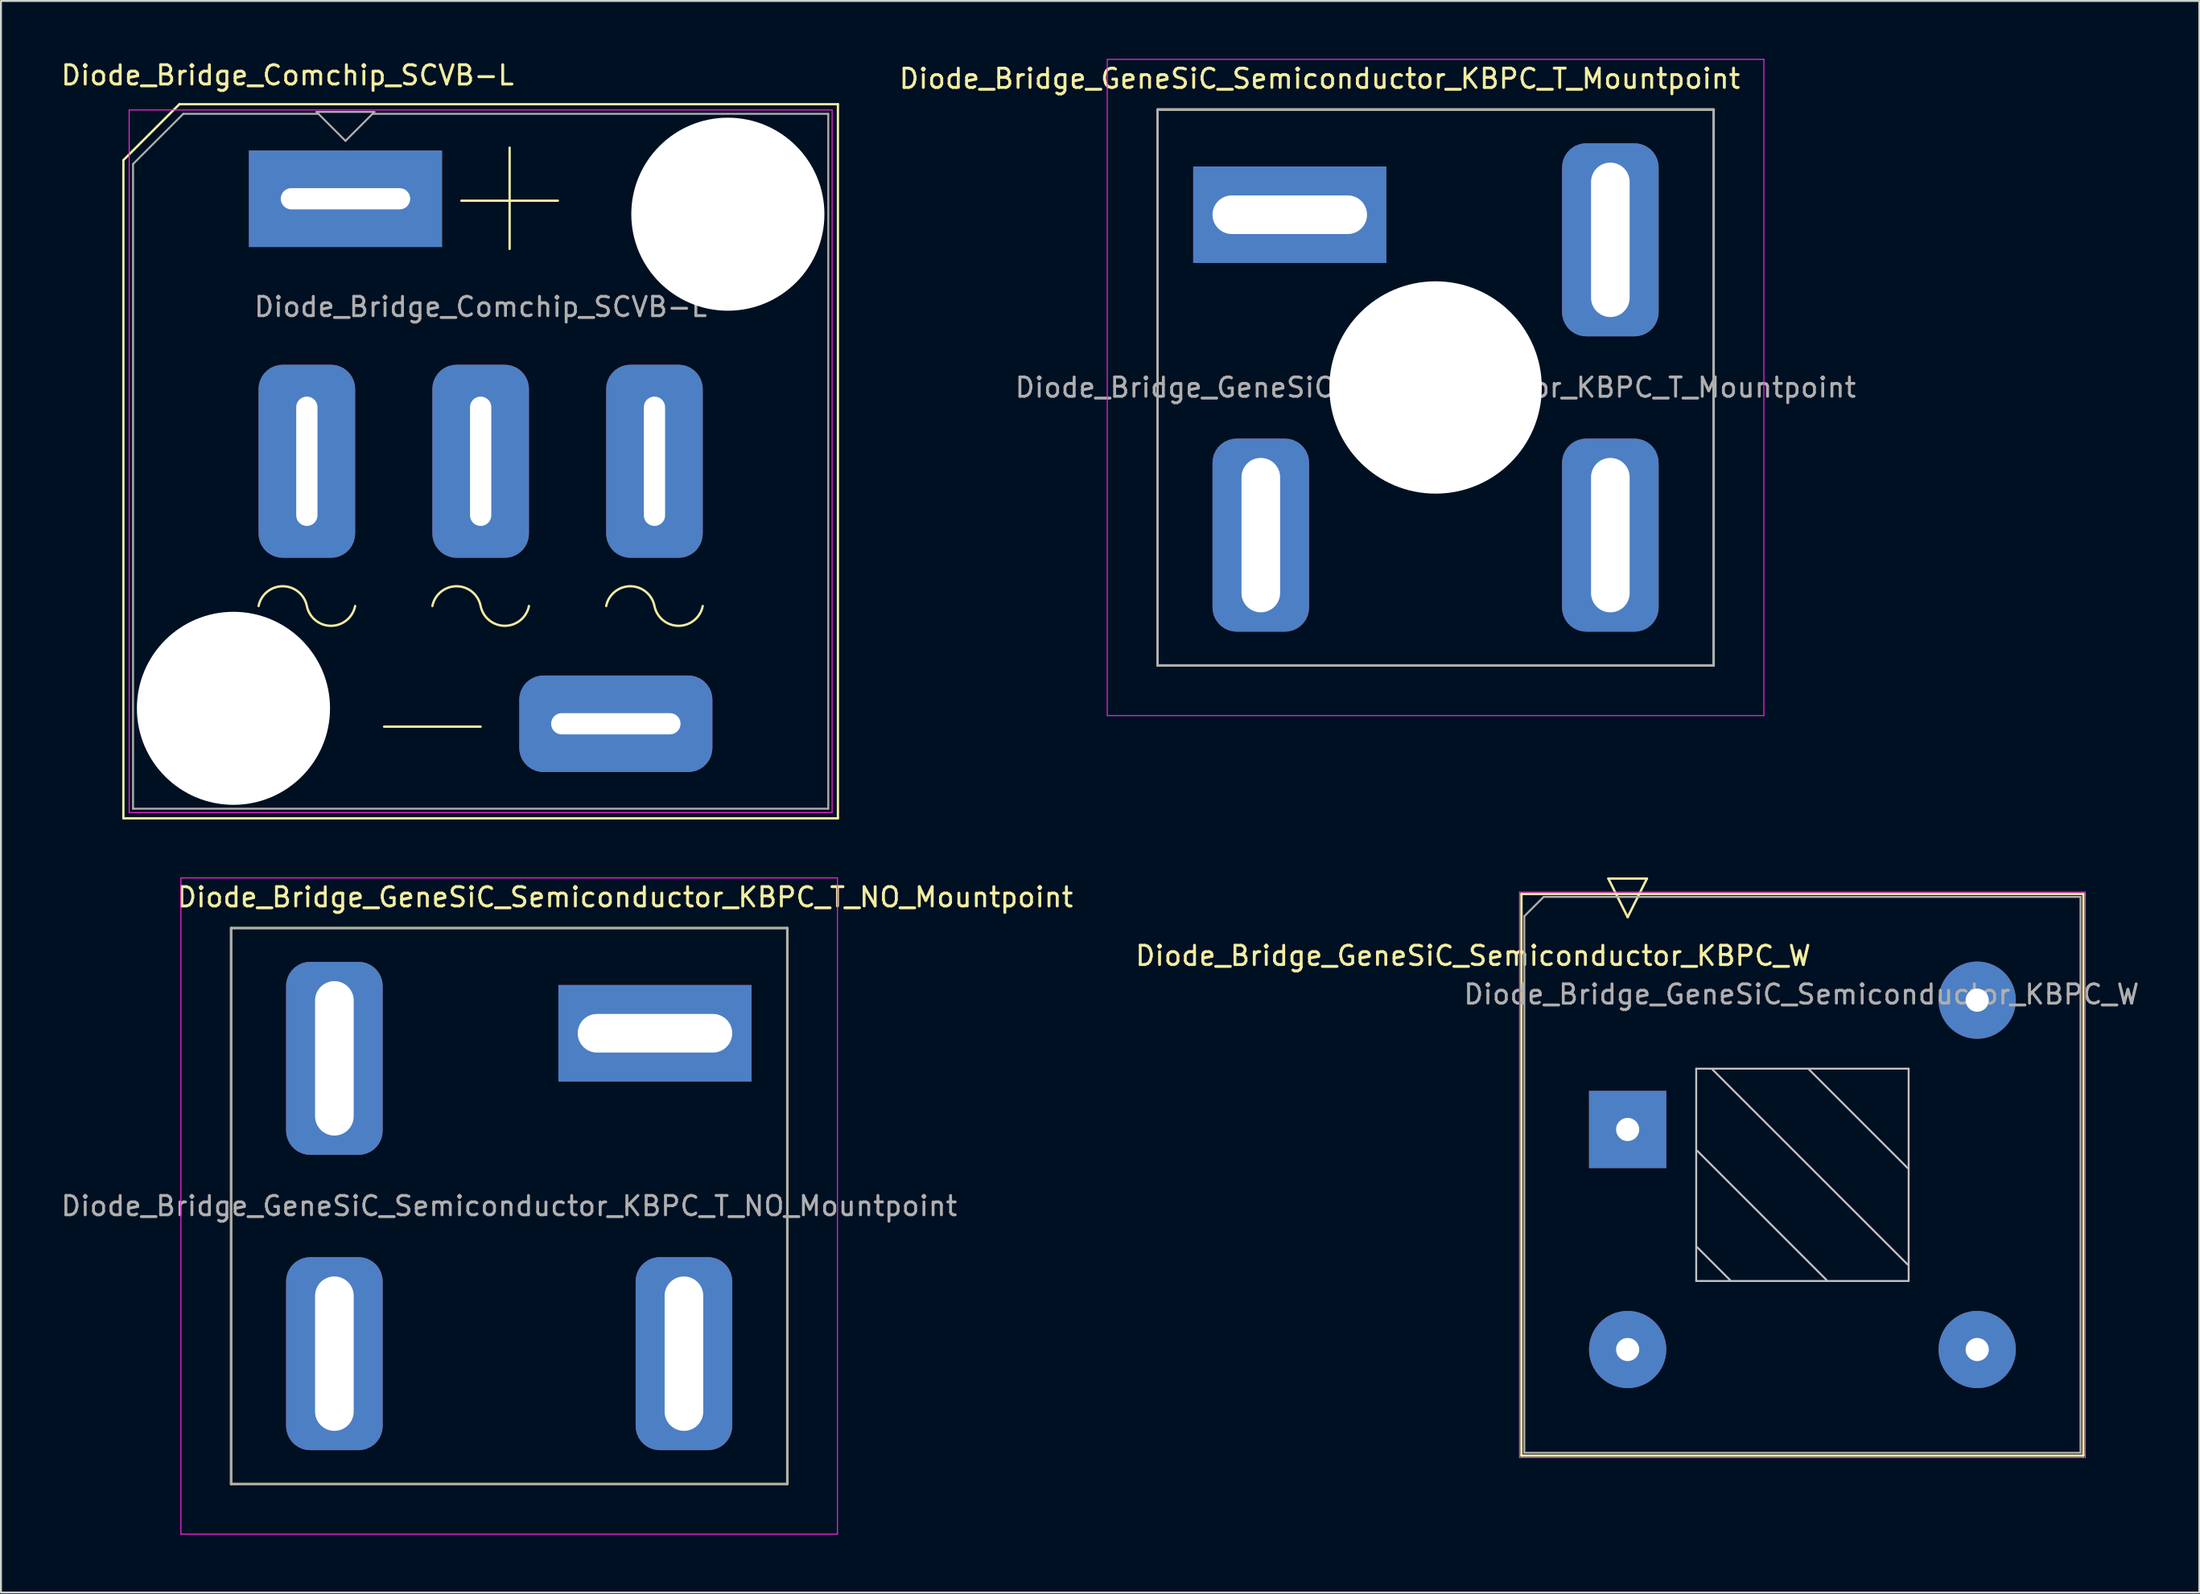
<source format=kicad_pcb>
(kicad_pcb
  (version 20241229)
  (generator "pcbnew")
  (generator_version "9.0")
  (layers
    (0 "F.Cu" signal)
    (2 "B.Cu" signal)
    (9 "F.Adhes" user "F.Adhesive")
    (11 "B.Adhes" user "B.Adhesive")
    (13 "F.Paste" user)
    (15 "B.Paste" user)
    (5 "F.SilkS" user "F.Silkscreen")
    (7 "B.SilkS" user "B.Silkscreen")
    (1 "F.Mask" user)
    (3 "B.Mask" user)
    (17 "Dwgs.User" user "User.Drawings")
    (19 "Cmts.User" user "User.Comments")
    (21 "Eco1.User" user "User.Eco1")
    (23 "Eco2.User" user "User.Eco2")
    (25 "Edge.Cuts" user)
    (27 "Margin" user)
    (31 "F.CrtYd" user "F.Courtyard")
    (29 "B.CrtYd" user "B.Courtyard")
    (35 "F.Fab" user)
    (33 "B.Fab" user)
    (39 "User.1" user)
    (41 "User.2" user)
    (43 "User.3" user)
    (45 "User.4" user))
  (footprint "Diode_Bridge_GeneSiC_Semiconductor_KBPC_T_Mountpoint"
    (layer "F.Cu")
    (at 71.286 17.025)
    (property "Reference" "Diode_Bridge_GeneSiC_Semiconductor_KBPC_T_Mountpoint" (at -6 -16 0) (layer "F.SilkS") (effects (font (size 1 1) (thickness 0.15))))
    (attr through_hole)
    (fp_line (start -14.4 -14.4) (end -14.4 14.4) (stroke (width 0.12) (type solid)) (layer "F.SilkS"))
    (fp_line (start -14.4 14.4) (end 14.4 14.4) (stroke (width 0.12) (type solid)) (layer "F.SilkS"))
    (fp_line (start 14.4 -14.4) (end -14.4 -14.4) (stroke (width 0.12) (type solid)) (layer "F.SilkS"))
    (fp_line (start 14.4 14.4) (end 14.4 -14.4) (stroke (width 0.12) (type solid)) (layer "F.SilkS"))
    (fp_line (start -17 -17) (end -17 17) (stroke (width 0.05) (type solid)) (layer "F.CrtYd"))
    (fp_line (start -17 17) (end 17 17) (stroke (width 0.05) (type solid)) (layer "F.CrtYd"))
    (fp_line (start 17 -17) (end -17 -17) (stroke (width 0.05) (type solid)) (layer "F.CrtYd"))
    (fp_line (start 17 17) (end 17 -17) (stroke (width 0.05) (type solid)) (layer "F.CrtYd"))
    (fp_line (start -14.4 14.4) (end -14.4 -14.4) (stroke (width 0.12) (type solid)) (layer "F.Fab"))
    (fp_line (start -14.4 14.4) (end 14.4 14.4) (stroke (width 0.12) (type solid)) (layer "F.Fab"))
    (fp_line (start 14.4 -14.4) (end -14.4 -14.4) (stroke (width 0.12) (type solid)) (layer "F.Fab"))
    (fp_line (start 14.4 14.4) (end 14.4 -14.4) (stroke (width 0.12) (type solid)) (layer "F.Fab"))
    (fp_text user "${REFERENCE}" (at 0 0 0) (layer "F.Fab") (effects (font (size 1 1) (thickness 0.15))))
    (pad "" np_thru_hole circle (at 0 0) (size 11 11) (drill 11) (layers "*.Cu" "*.Mask"))
    (pad "1" thru_hole rect (at -7.55 -8.95) (size 10 5) (drill oval 8 2) (layers "*.Cu" "*.Mask"))
    (pad "2" thru_hole roundrect (at -9.05 7.65 90) (size 10 5) (drill oval 8 2) (layers "*.Cu" "*.Mask") (roundrect_rratio 0.25))
    (pad "3" thru_hole roundrect (at 9.05 7.65 90) (size 10 5) (drill oval 8 2) (layers "*.Cu" "*.Mask") (roundrect_rratio 0.25))
    (pad "4" thru_hole roundrect (at 9.05 -7.65 90) (size 10 5) (drill oval 8 2) (layers "*.Cu" "*.Mask") (roundrect_rratio 0.25)))
  (footprint "Diode_Bridge_Comchip_SCVB-L"
    (layer "F.Cu")
    (at 14.839 7.248)
    (property "Reference" "Diode_Bridge_Comchip_SCVB-L" (at -3 -6.4 0) (layer "F.SilkS") (effects (font (size 1 1) (thickness 0.15))))
    (attr through_hole)
    (fp_line (start -11.5 -2) (end -11.5 32.1) (stroke (width 0.12) (type solid)) (layer "F.SilkS"))
    (fp_line (start -11.5 32.1) (end 25.5 32.1) (stroke (width 0.12) (type solid)) (layer "F.SilkS"))
    (fp_line (start -8.6 -4.9) (end -11.5 -2) (stroke (width 0.12) (type solid)) (layer "F.SilkS"))
    (fp_line (start 7 27.35) (end 2 27.35) (stroke (width 0.12) (type solid)) (layer "F.SilkS"))
    (fp_line (start 8.5 2.6) (end 8.5 -2.65) (stroke (width 0.12) (type solid)) (layer "F.SilkS"))
    (fp_line (start 11 0.1) (end 6 0.1) (stroke (width 0.12) (type solid)) (layer "F.SilkS"))
    (fp_line (start 25.5 -4.9) (end -8.6 -4.9) (stroke (width 0.12) (type solid)) (layer "F.SilkS"))
    (fp_line (start 25.5 -4.9) (end 25.5 32.1) (stroke (width 0.12) (type solid)) (layer "F.SilkS"))
    (fp_arc (start -4.499999 21.100001) (mid -3.250001 20.075246) (end -2.000001 21.099999) (stroke (width 0.12) (type solid)) (layer "F.SilkS"))
    (fp_arc (start 0.499999 21.099999) (mid -0.719674 22.124393) (end -1.986693 21.159174) (stroke (width 0.12) (type solid)) (layer "F.SilkS"))
    (fp_arc (start 4.500002 21.100002) (mid 5.75 20.075247) (end 7 21.1) (stroke (width 0.12) (type solid)) (layer "F.SilkS"))
    (fp_arc (start 9.5 21.1) (mid 8.280327 22.124394) (end 7.013308 21.159175) (stroke (width 0.12) (type solid)) (layer "F.SilkS"))
    (fp_arc (start 13.500002 21.100002) (mid 14.75 20.075247) (end 16 21.1) (stroke (width 0.12) (type solid)) (layer "F.SilkS"))
    (fp_arc (start 18.5 21.1) (mid 17.280327 22.124394) (end 16.013308 21.159175) (stroke (width 0.12) (type solid)) (layer "F.SilkS"))
    (fp_line (start -11.2 -4.6) (end 25.2 -4.6) (stroke (width 0.05) (type solid)) (layer "F.CrtYd"))
    (fp_line (start -11.2 31.8) (end -11.2 -4.6) (stroke (width 0.05) (type solid)) (layer "F.CrtYd"))
    (fp_line (start 25.2 -4.6) (end 25.2 31.8) (stroke (width 0.05) (type solid)) (layer "F.CrtYd"))
    (fp_line (start 25.2 31.8) (end -11.2 31.8) (stroke (width 0.05) (type solid)) (layer "F.CrtYd"))
    (fp_line (start -11 31.6) (end -11 -1.8) (stroke (width 0.1) (type solid)) (layer "F.Fab"))
    (fp_line (start -8.4 -4.4) (end -11 -1.8) (stroke (width 0.1) (type solid)) (layer "F.Fab"))
    (fp_line (start -8.4 -4.4) (end -1.4 -4.4) (stroke (width 0.1) (type solid)) (layer "F.Fab"))
    (fp_line (start -1.5 -4.5) (end 1.5 -4.5) (stroke (width 0.1) (type solid)) (layer "F.Fab"))
    (fp_line (start 0 -3) (end -1.5 -4.5) (stroke (width 0.1) (type solid)) (layer "F.Fab"))
    (fp_line (start 1.4 -4.4) (end 25 -4.4) (stroke (width 0.1) (type solid)) (layer "F.Fab"))
    (fp_line (start 1.5 -4.5) (end 0 -3) (stroke (width 0.1) (type solid)) (layer "F.Fab"))
    (fp_line (start 25 -4.4) (end 25 31.6) (stroke (width 0.1) (type solid)) (layer "F.Fab"))
    (fp_line (start 25 31.6) (end -11 31.6) (stroke (width 0.1) (type solid)) (layer "F.Fab"))
    (fp_text user "${REFERENCE}" (at 7 5.6 0) (layer "F.Fab") (effects (font (size 1 1) (thickness 0.15))))
    (pad "" np_thru_hole circle (at -5.8 26.4) (size 10 10) (drill 10) (layers "*.Cu" "*.Mask"))
    (pad "" np_thru_hole circle (at 19.8 0.8) (size 10 10) (drill 10) (layers "*.Cu" "*.Mask"))
    (pad "1" thru_hole rect (at 0 0) (size 10 5) (drill oval 6.7 1.1) (layers "*.Cu" "*.Mask"))
    (pad "2" thru_hole roundrect (at -2 13.6 90) (size 10 5) (drill oval 6.7 1.1) (layers "*.Cu" "*.Mask") (roundrect_rratio 0.25))
    (pad "3" thru_hole roundrect (at 7 13.6 90) (size 10 5) (drill oval 6.7 1.1) (layers "*.Cu" "*.Mask") (roundrect_rratio 0.25))
    (pad "4" thru_hole roundrect (at 16 13.6 90) (size 10 5) (drill oval 6.7 1.1) (layers "*.Cu" "*.Mask") (roundrect_rratio 0.25))
    (pad "5" thru_hole roundrect (at 14 27.2) (size 10 5) (drill oval 6.7 1.1) (layers "*.Cu" "*.Mask") (roundrect_rratio 0.25)))
  (footprint "Diode_Bridge_GeneSiC_Semiconductor_KBPC_W"
    (layer "F.Cu")
    (at 81.232 55.468)
    (property "Reference" "Diode_Bridge_GeneSiC_Semiconductor_KBPC_W" (at -8 -9 0) (layer "F.SilkS") (effects (font (size 1 1) (thickness 0.15))))
    (attr through_hole)
    (fp_line (start -5.5 -12.2) (end 23.6 -12.2) (stroke (width 0.12) (type solid)) (layer "F.SilkS"))
    (fp_line (start -5.5 16.9) (end -5.5 -12.2) (stroke (width 0.12) (type solid)) (layer "F.SilkS"))
    (fp_line (start -1 -13) (end 1 -13) (stroke (width 0.12) (type solid)) (layer "F.SilkS"))
    (fp_line (start 0 -11) (end -1 -13) (stroke (width 0.12) (type solid)) (layer "F.SilkS"))
    (fp_line (start 1 -13) (end 0 -11) (stroke (width 0.12) (type solid)) (layer "F.SilkS"))
    (fp_line (start 23.6 -12.2) (end 23.6 16.9) (stroke (width 0.12) (type solid)) (layer "F.SilkS"))
    (fp_line (start 23.6 16.9) (end -5.5 16.9) (stroke (width 0.12) (type solid)) (layer "F.SilkS"))
    (fp_line (start 3.55 -3.15) (end 14.55 -3.15) (stroke (width 0.1) (type solid)) (layer "Dwgs.User"))
    (fp_line (start 3.55 7.85) (end 3.55 -3.15) (stroke (width 0.1) (type solid)) (layer "Dwgs.User"))
    (fp_line (start 5.3 7.8) (end 3.6 6.1) (stroke (width 0.1) (type solid)) (layer "Dwgs.User"))
    (fp_line (start 10.3 7.8) (end 3.6 1.1) (stroke (width 0.1) (type solid)) (layer "Dwgs.User"))
    (fp_line (start 14.5 2) (end 9.4 -3.1) (stroke (width 0.1) (type solid)) (layer "Dwgs.User"))
    (fp_line (start 14.5 7) (end 4.4 -3.1) (stroke (width 0.1) (type solid)) (layer "Dwgs.User"))
    (fp_line (start 14.55 -3.15) (end 14.55 7.85) (stroke (width 0.1) (type solid)) (layer "Dwgs.User"))
    (fp_line (start 14.55 7.85) (end 3.55 7.85) (stroke (width 0.1) (type solid)) (layer "Dwgs.User"))
    (fp_line (start -5.6 -12.3) (end 23.7 -12.3) (stroke (width 0.05) (type solid)) (layer "F.CrtYd"))
    (fp_line (start -5.6 17) (end -5.6 -12.3) (stroke (width 0.05) (type solid)) (layer "F.CrtYd"))
    (fp_line (start 23.7 -12.3) (end 23.7 17) (stroke (width 0.05) (type solid)) (layer "F.CrtYd"))
    (fp_line (start 23.7 17) (end -5.6 17) (stroke (width 0.05) (type solid)) (layer "F.CrtYd"))
    (fp_line (start -5.35 16.75) (end -5.35 -11.05) (stroke (width 0.1) (type solid)) (layer "F.Fab"))
    (fp_line (start -5.35 16.75) (end 23.45 16.75) (stroke (width 0.1) (type solid)) (layer "F.Fab"))
    (fp_line (start -4.35 -12.05) (end -5.35 -11.05) (stroke (width 0.1) (type solid)) (layer "F.Fab"))
    (fp_line (start -4.35 -12.05) (end 23.45 -12.05) (stroke (width 0.1) (type solid)) (layer "F.Fab"))
    (fp_line (start 23.45 -12.05) (end 23.45 16.75) (stroke (width 0.1) (type solid)) (layer "F.Fab"))
    (fp_text user "${REFERENCE}" (at 9 -7 0) (layer "F.Fab") (effects (font (size 1 1) (thickness 0.15))))
    (pad "1" thru_hole rect (at 0 0 180) (size 4 4) (drill 1.2) (layers "*.Cu" "*.Mask"))
    (pad "2" thru_hole circle (at 18.1 -6.7 180) (size 4 4) (drill 1.2) (layers "*.Cu" "*.Mask"))
    (pad "3" thru_hole circle (at 18.1 11.4 270) (size 4 4) (drill 1.2) (layers "*.Cu" "*.Mask"))
    (pad "4" thru_hole circle (at 0 11.4 180) (size 4 4) (drill 1.2) (layers "*.Cu" "*.Mask")))
  (footprint "Diode_Bridge_GeneSiC_Semiconductor_KBPC_T_NO_Mountpoint"
    (layer "F.Cu")
    (at 30.865 50.483)
    (property "Reference" "Diode_Bridge_GeneSiC_Semiconductor_KBPC_T_NO_Mountpoint" (at -1.55 -7.05 0) (layer "F.SilkS") (effects (font (size 1 1) (thickness 0.15))))
    (attr through_hole)
    (fp_line (start -21.95 -5.45) (end 6.85 -5.45) (stroke (width 0.12) (type solid)) (layer "F.SilkS"))
    (fp_line (start -21.95 23.35) (end -21.95 -5.45) (stroke (width 0.12) (type solid)) (layer "F.SilkS"))
    (fp_line (start 6.85 -5.45) (end 6.85 23.35) (stroke (width 0.12) (type solid)) (layer "F.SilkS"))
    (fp_line (start 6.85 23.35) (end -21.95 23.35) (stroke (width 0.12) (type solid)) (layer "F.SilkS"))
    (fp_line (start -24.55 -8.05) (end 9.45 -8.05) (stroke (width 0.05) (type solid)) (layer "F.CrtYd"))
    (fp_line (start -24.55 25.95) (end -24.55 -8.05) (stroke (width 0.05) (type solid)) (layer "F.CrtYd"))
    (fp_line (start 9.45 -8.05) (end 9.45 25.95) (stroke (width 0.05) (type solid)) (layer "F.CrtYd"))
    (fp_line (start 9.45 25.95) (end -24.55 25.95) (stroke (width 0.05) (type solid)) (layer "F.CrtYd"))
    (fp_line (start -21.95 -5.45) (end 6.85 -5.45) (stroke (width 0.1) (type solid)) (layer "F.Fab"))
    (fp_line (start -21.95 23.35) (end -21.95 -5.45) (stroke (width 0.1) (type solid)) (layer "F.Fab"))
    (fp_line (start 6.85 23.35) (end -21.95 23.35) (stroke (width 0.1) (type solid)) (layer "F.Fab"))
    (fp_line (start 6.85 23.35) (end 6.85 -5.45) (stroke (width 0.1) (type solid)) (layer "F.Fab"))
    (fp_text user "${REFERENCE}" (at -7.55 8.95 0) (layer "F.Fab") (effects (font (size 1 1) (thickness 0.15))))
    (pad "1" thru_hole rect (at 0 0) (size 10 5) (drill oval 8 2) (layers "*.Cu" "*.Mask"))
    (pad "2" thru_hole roundrect (at 1.5 16.6 270) (size 10 5) (drill oval 8 2) (layers "*.Cu" "*.Mask") (roundrect_rratio 0.25))
    (pad "3" thru_hole roundrect (at -16.6 16.6 270) (size 10 5) (drill oval 8 2) (layers "*.Cu" "*.Mask") (roundrect_rratio 0.25))
    (pad "4" thru_hole roundrect (at -16.6 1.3 270) (size 10 5) (drill oval 8 2) (layers "*.Cu" "*.Mask") (roundrect_rratio 0.25)))
  (gr_rect
    (start -3 -3)
    (end 110.833 79.458)
    (stroke (width 0.1) (type default))
    (fill no)
    (layer "Edge.Cuts")))
</source>
